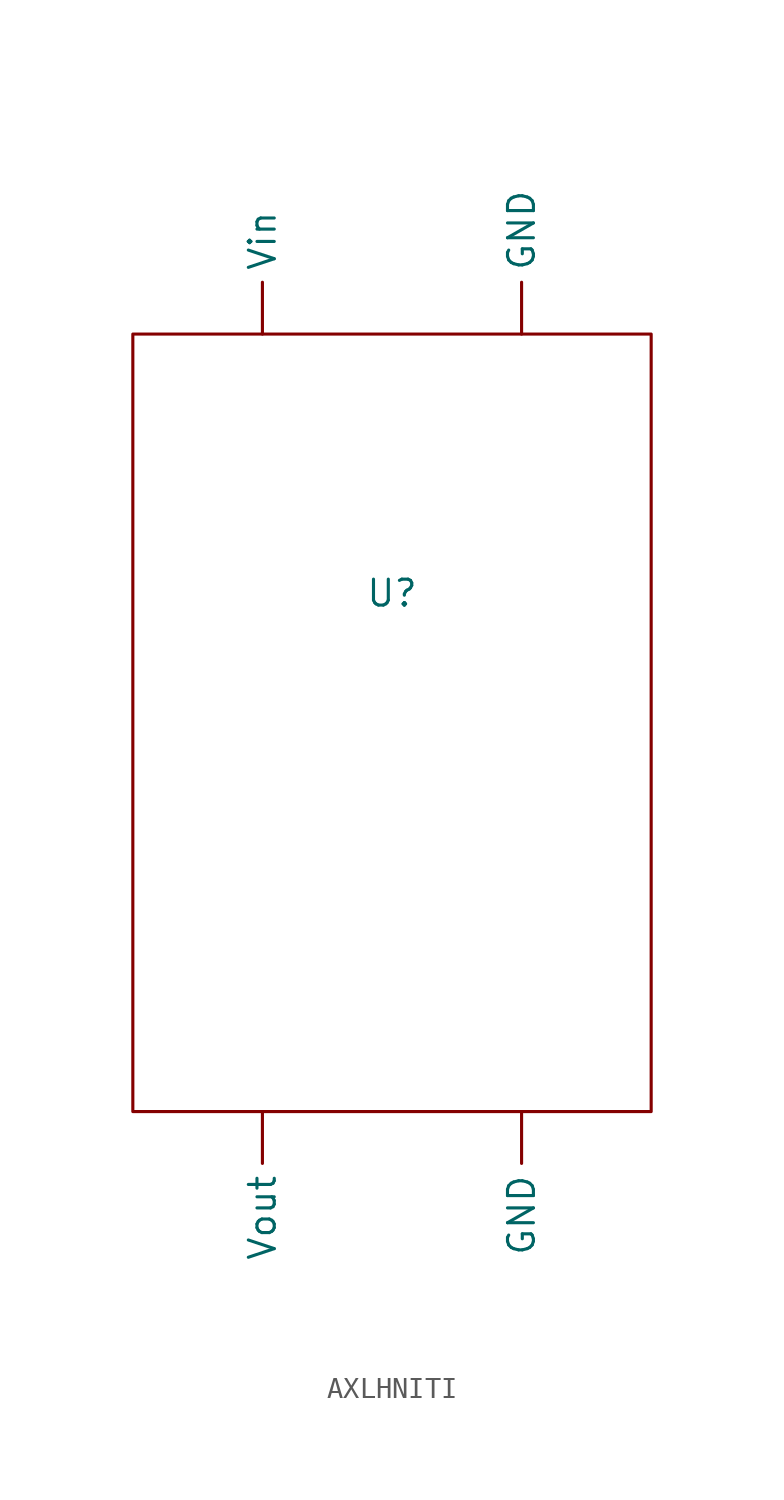
<source format=kicad_sym>
(kicad_symbol_lib
  (version 20220914)
  (generator kicad_symbol_editor)
  (symbol "AXLHNITI"
    (property "Reference" "U"
      (at 0 0 0)
      (effects (font (size 1.27 1.27))))
    (property "Value" ""
      (at 0 0 0)
      (effects (font (size 1.27 1.27))))
    (symbol "AXLHNITI_0_1"
      (polyline (pts (xy -12.7 12.7) (xy 12.7 12.7) (xy 12.7 -25.4) (xy -12.7 -25.4) (xy -12.7 12.7)) (stroke (width 0) (type default)) (fill (type none))))
    (symbol "AXLHNITI_1_1"
      (pin output line (at 6.35 -25.4 270) (length 2.54) (name "GND" (effects (font (size 1.27 1.27)))) (number "" (effects (font (size 1.27 1.27)))))
      (pin input line (at 6.35 12.7 90) (length 2.54) (name "GND" (effects (font (size 1.27 1.27)))) (number "" (effects (font (size 1.27 1.27)))))
      (pin input line (at -6.35 12.7 90) (length 2.54) (name "Vin" (effects (font (size 1.27 1.27)))) (number "" (effects (font (size 1.27 1.27)))))
      (pin output line (at -6.35 -25.4 270) (length 2.54) (name "Vout" (effects (font (size 1.27 1.27)))) (number "" (effects (font (size 1.27 1.27))))))))
</source>
